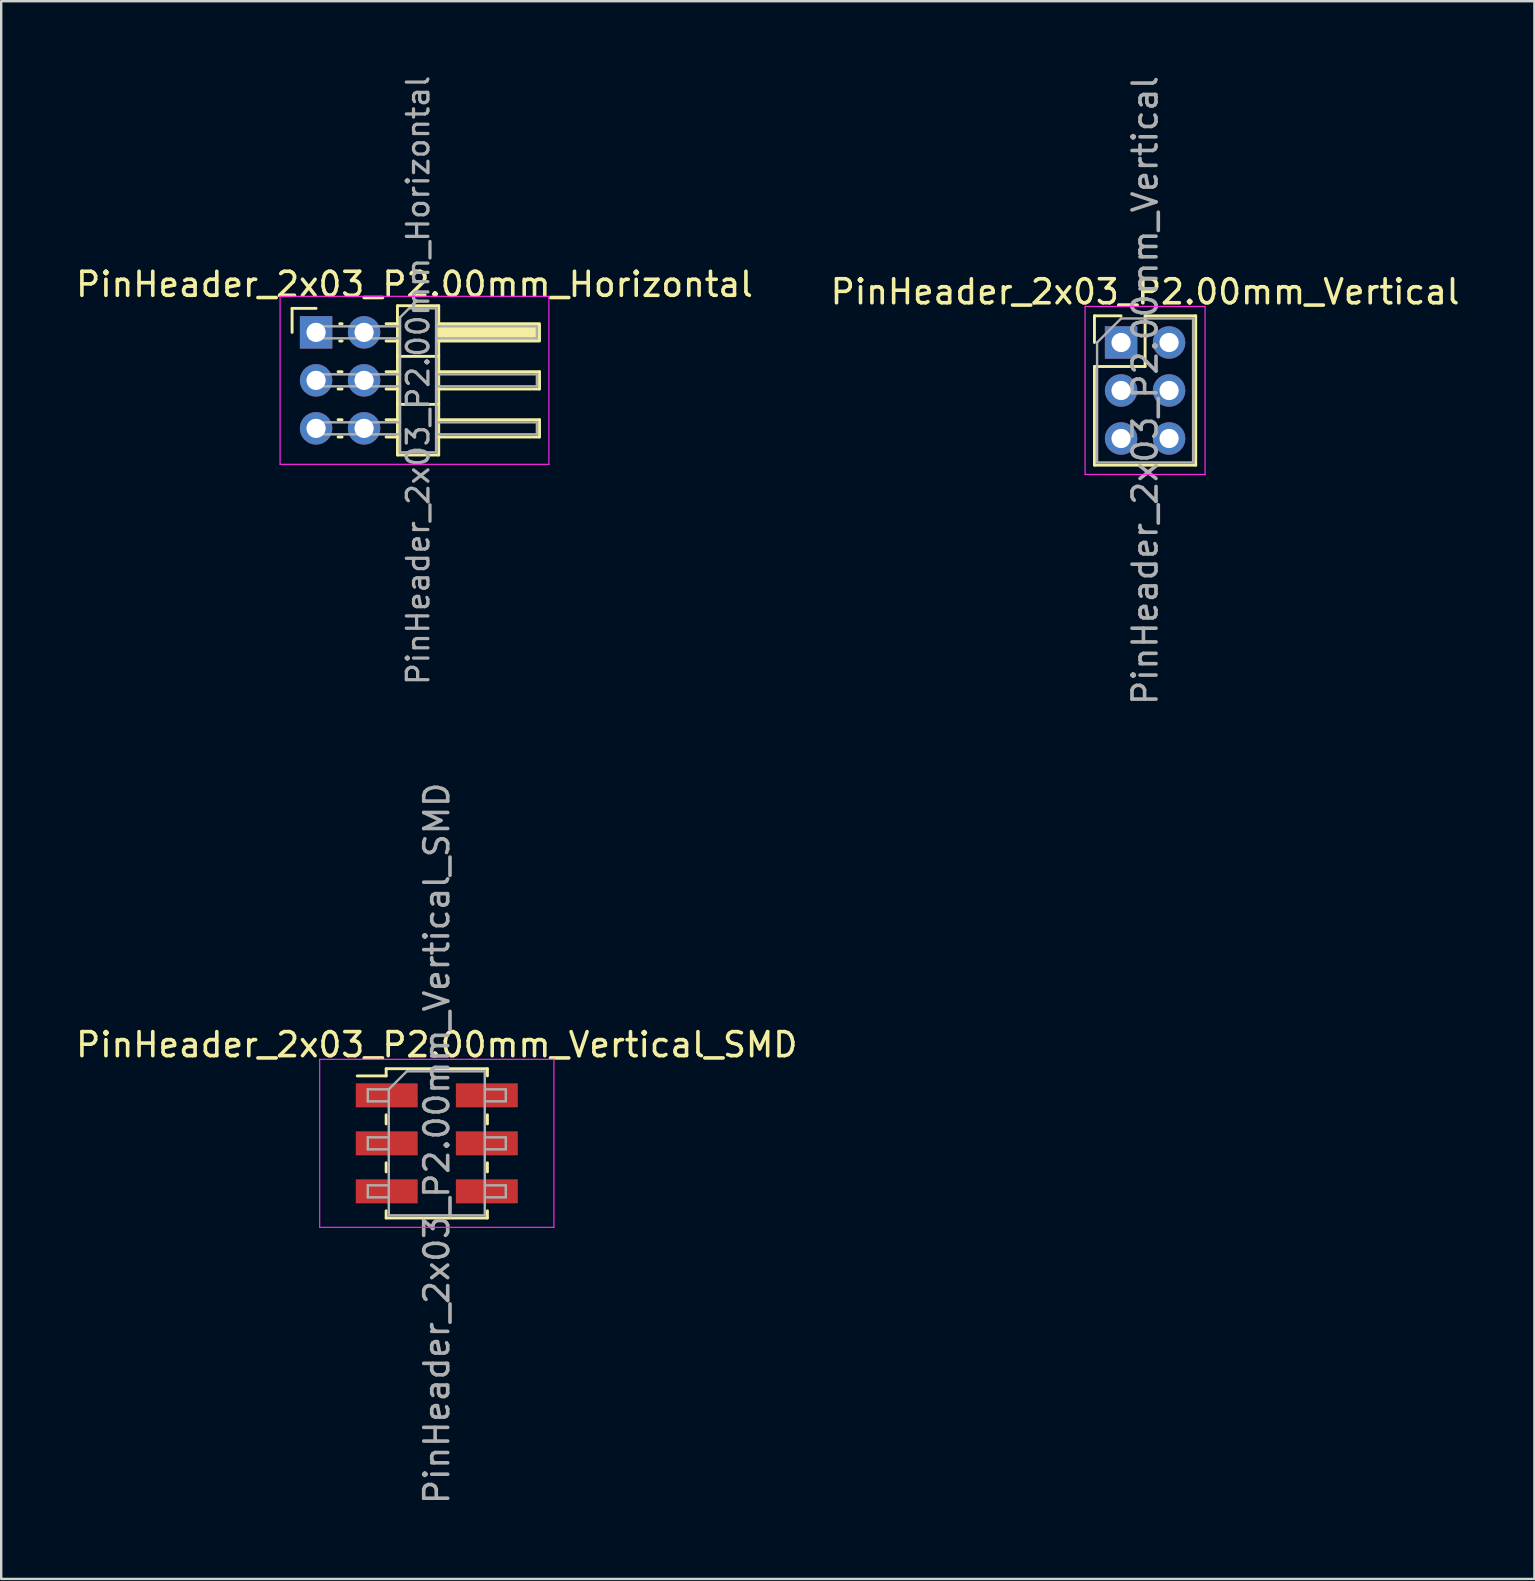
<source format=kicad_pcb>
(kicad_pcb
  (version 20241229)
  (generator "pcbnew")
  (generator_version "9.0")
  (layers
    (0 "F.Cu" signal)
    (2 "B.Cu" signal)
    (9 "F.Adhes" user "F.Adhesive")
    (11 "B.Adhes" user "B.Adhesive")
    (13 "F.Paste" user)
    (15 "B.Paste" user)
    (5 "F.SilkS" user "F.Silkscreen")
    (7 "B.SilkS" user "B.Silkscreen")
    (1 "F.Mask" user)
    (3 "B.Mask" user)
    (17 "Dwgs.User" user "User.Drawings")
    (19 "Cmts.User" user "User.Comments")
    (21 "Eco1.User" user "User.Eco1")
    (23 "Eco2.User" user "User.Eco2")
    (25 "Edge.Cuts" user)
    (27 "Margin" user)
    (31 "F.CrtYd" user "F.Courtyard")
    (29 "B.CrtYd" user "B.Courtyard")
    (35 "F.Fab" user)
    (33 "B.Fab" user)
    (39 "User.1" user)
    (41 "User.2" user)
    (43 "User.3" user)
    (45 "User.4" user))
  (footprint "PinHeader_2x03_P2.00mm_Vertical"
    (layer "F.Cu")
    (at 43.661 11.22)
    (property "Reference" "PinHeader_2x03_P2.00mm_Vertical" (at 1 -2.11 0) (layer "F.SilkS") (effects (font (size 1 1) (thickness 0.15))))
    (attr through_hole)
    (fp_line (start -1.11 -1.11) (end 0 -1.11) (stroke (width 0.12) (type solid)) (layer "F.SilkS"))
    (fp_line (start -1.11 0) (end -1.11 -1.11) (stroke (width 0.12) (type solid)) (layer "F.SilkS"))
    (fp_line (start -1.11 1) (end -1.11 5.11) (stroke (width 0.12) (type solid)) (layer "F.SilkS"))
    (fp_line (start -1.11 1) (end 1 1) (stroke (width 0.12) (type solid)) (layer "F.SilkS"))
    (fp_line (start -1.11 5.11) (end 3.11 5.11) (stroke (width 0.12) (type solid)) (layer "F.SilkS"))
    (fp_line (start 1 -1.11) (end 3.11 -1.11) (stroke (width 0.12) (type solid)) (layer "F.SilkS"))
    (fp_line (start 1 1) (end 1 -1.11) (stroke (width 0.12) (type solid)) (layer "F.SilkS"))
    (fp_line (start 3.11 -1.11) (end 3.11 5.11) (stroke (width 0.12) (type solid)) (layer "F.SilkS"))
    (fp_line (start -1.5 -1.5) (end -1.5 5.5) (stroke (width 0.05) (type solid)) (layer "F.CrtYd"))
    (fp_line (start -1.5 5.5) (end 3.5 5.5) (stroke (width 0.05) (type solid)) (layer "F.CrtYd"))
    (fp_line (start 3.5 -1.5) (end -1.5 -1.5) (stroke (width 0.05) (type solid)) (layer "F.CrtYd"))
    (fp_line (start 3.5 5.5) (end 3.5 -1.5) (stroke (width 0.05) (type solid)) (layer "F.CrtYd"))
    (fp_line (start -1 0) (end 0 -1) (stroke (width 0.1) (type solid)) (layer "F.Fab"))
    (fp_line (start -1 5) (end -1 0) (stroke (width 0.1) (type solid)) (layer "F.Fab"))
    (fp_line (start 0 -1) (end 3 -1) (stroke (width 0.1) (type solid)) (layer "F.Fab"))
    (fp_line (start 3 -1) (end 3 5) (stroke (width 0.1) (type solid)) (layer "F.Fab"))
    (fp_line (start 3 5) (end -1 5) (stroke (width 0.1) (type solid)) (layer "F.Fab"))
    (fp_text user "${REFERENCE}" (at 1 2 90) (layer "F.Fab") (effects (font (size 1 1) (thickness 0.15))))
    (pad "1" thru_hole rect (at 0 0) (size 1.35 1.35) (drill 0.8) (layers "*.Cu" "*.Mask"))
    (pad "2" thru_hole circle (at 2 0) (size 1.35 1.35) (drill 0.8) (layers "*.Cu" "*.Mask"))
    (pad "3" thru_hole circle (at 0 2) (size 1.35 1.35) (drill 0.8) (layers "*.Cu" "*.Mask"))
    (pad "4" thru_hole circle (at 2 2) (size 1.35 1.35) (drill 0.8) (layers "*.Cu" "*.Mask"))
    (pad "5" thru_hole circle (at 0 4) (size 1.35 1.35) (drill 0.8) (layers "*.Cu" "*.Mask"))
    (pad "6" thru_hole circle (at 2 4) (size 1.35 1.35) (drill 0.8) (layers "*.Cu" "*.Mask")))
  (footprint "PinHeader_2x03_P2.00mm_Horizontal"
    (layer "F.Cu")
    (at 10.12 10.798)
    (property "Reference" "PinHeader_2x03_P2.00mm_Horizontal" (at 4.1 -2 0) (layer "F.SilkS") (effects (font (size 1 1) (thickness 0.15))))
    (attr through_hole)
    (fp_line (start -1 -1) (end 0 -1) (stroke (width 0.12) (type solid)) (layer "F.SilkS"))
    (fp_line (start -1 0) (end -1 -1) (stroke (width 0.12) (type solid)) (layer "F.SilkS"))
    (fp_line (start 0.917 1.64) (end 1.083 1.64) (stroke (width 0.12) (type solid)) (layer "F.SilkS"))
    (fp_line (start 0.917 2.36) (end 1.083 2.36) (stroke (width 0.12) (type solid)) (layer "F.SilkS"))
    (fp_line (start 0.917 3.64) (end 1.083 3.64) (stroke (width 0.12) (type solid)) (layer "F.SilkS"))
    (fp_line (start 0.917 4.36) (end 1.083 4.36) (stroke (width 0.12) (type solid)) (layer "F.SilkS"))
    (fp_line (start 0.985 -0.36) (end 1.083 -0.36) (stroke (width 0.12) (type solid)) (layer "F.SilkS"))
    (fp_line (start 0.985 0.36) (end 1.083 0.36) (stroke (width 0.12) (type solid)) (layer "F.SilkS"))
    (fp_line (start 2.917 -0.36) (end 3.39 -0.36) (stroke (width 0.12) (type solid)) (layer "F.SilkS"))
    (fp_line (start 2.917 0.36) (end 3.39 0.36) (stroke (width 0.12) (type solid)) (layer "F.SilkS"))
    (fp_line (start 2.917 1.64) (end 3.39 1.64) (stroke (width 0.12) (type solid)) (layer "F.SilkS"))
    (fp_line (start 2.917 2.36) (end 3.39 2.36) (stroke (width 0.12) (type solid)) (layer "F.SilkS"))
    (fp_line (start 2.917 3.64) (end 3.39 3.64) (stroke (width 0.12) (type solid)) (layer "F.SilkS"))
    (fp_line (start 2.917 4.36) (end 3.39 4.36) (stroke (width 0.12) (type solid)) (layer "F.SilkS"))
    (fp_line (start 3.39 -1.11) (end 3.39 5.11) (stroke (width 0.12) (type solid)) (layer "F.SilkS"))
    (fp_line (start 3.39 1) (end 5.11 1) (stroke (width 0.12) (type solid)) (layer "F.SilkS"))
    (fp_line (start 3.39 3) (end 5.11 3) (stroke (width 0.12) (type solid)) (layer "F.SilkS"))
    (fp_line (start 3.39 5.11) (end 5.11 5.11) (stroke (width 0.12) (type solid)) (layer "F.SilkS"))
    (fp_line (start 5.11 -1.11) (end 3.39 -1.11) (stroke (width 0.12) (type solid)) (layer "F.SilkS"))
    (fp_line (start 5.11 1.64) (end 9.31 1.64) (stroke (width 0.12) (type solid)) (layer "F.SilkS"))
    (fp_line (start 5.11 3.64) (end 9.31 3.64) (stroke (width 0.12) (type solid)) (layer "F.SilkS"))
    (fp_line (start 5.11 5.11) (end 5.11 -1.11) (stroke (width 0.12) (type solid)) (layer "F.SilkS"))
    (fp_line (start 9.31 1.64) (end 9.31 2.36) (stroke (width 0.12) (type solid)) (layer "F.SilkS"))
    (fp_line (start 9.31 2.36) (end 5.11 2.36) (stroke (width 0.12) (type solid)) (layer "F.SilkS"))
    (fp_line (start 9.31 3.64) (end 9.31 4.36) (stroke (width 0.12) (type solid)) (layer "F.SilkS"))
    (fp_line (start 9.31 4.36) (end 5.11 4.36) (stroke (width 0.12) (type solid)) (layer "F.SilkS"))
    (fp_rect (start 5.11 -0.36) (end 9.31 0.36) (stroke (width 0.12) (type solid)) (fill yes) (layer "F.SilkS"))
    (fp_line (start -1.5 -1.5) (end -1.5 5.5) (stroke (width 0.05) (type solid)) (layer "F.CrtYd"))
    (fp_line (start -1.5 5.5) (end 9.7 5.5) (stroke (width 0.05) (type solid)) (layer "F.CrtYd"))
    (fp_line (start 9.7 -1.5) (end -1.5 -1.5) (stroke (width 0.05) (type solid)) (layer "F.CrtYd"))
    (fp_line (start 9.7 5.5) (end 9.7 -1.5) (stroke (width 0.05) (type solid)) (layer "F.CrtYd"))
    (fp_line (start -0.25 -0.25) (end -0.25 0.25) (stroke (width 0.1) (type solid)) (layer "F.Fab"))
    (fp_line (start -0.25 -0.25) (end 3.5 -0.25) (stroke (width 0.1) (type solid)) (layer "F.Fab"))
    (fp_line (start -0.25 0.25) (end 3.5 0.25) (stroke (width 0.1) (type solid)) (layer "F.Fab"))
    (fp_line (start -0.25 1.75) (end -0.25 2.25) (stroke (width 0.1) (type solid)) (layer "F.Fab"))
    (fp_line (start -0.25 1.75) (end 3.5 1.75) (stroke (width 0.1) (type solid)) (layer "F.Fab"))
    (fp_line (start -0.25 2.25) (end 3.5 2.25) (stroke (width 0.1) (type solid)) (layer "F.Fab"))
    (fp_line (start -0.25 3.75) (end -0.25 4.25) (stroke (width 0.1) (type solid)) (layer "F.Fab"))
    (fp_line (start -0.25 3.75) (end 3.5 3.75) (stroke (width 0.1) (type solid)) (layer "F.Fab"))
    (fp_line (start -0.25 4.25) (end 3.5 4.25) (stroke (width 0.1) (type solid)) (layer "F.Fab"))
    (fp_line (start 3.5 -0.625) (end 3.875 -1) (stroke (width 0.1) (type solid)) (layer "F.Fab"))
    (fp_line (start 3.5 5) (end 3.5 -0.625) (stroke (width 0.1) (type solid)) (layer "F.Fab"))
    (fp_line (start 3.875 -1) (end 5 -1) (stroke (width 0.1) (type solid)) (layer "F.Fab"))
    (fp_line (start 5 -1) (end 5 5) (stroke (width 0.1) (type solid)) (layer "F.Fab"))
    (fp_line (start 5 -0.25) (end 9.2 -0.25) (stroke (width 0.1) (type solid)) (layer "F.Fab"))
    (fp_line (start 5 0.25) (end 9.2 0.25) (stroke (width 0.1) (type solid)) (layer "F.Fab"))
    (fp_line (start 5 1.75) (end 9.2 1.75) (stroke (width 0.1) (type solid)) (layer "F.Fab"))
    (fp_line (start 5 2.25) (end 9.2 2.25) (stroke (width 0.1) (type solid)) (layer "F.Fab"))
    (fp_line (start 5 3.75) (end 9.2 3.75) (stroke (width 0.1) (type solid)) (layer "F.Fab"))
    (fp_line (start 5 4.25) (end 9.2 4.25) (stroke (width 0.1) (type solid)) (layer "F.Fab"))
    (fp_line (start 5 5) (end 3.5 5) (stroke (width 0.1) (type solid)) (layer "F.Fab"))
    (fp_line (start 9.2 -0.25) (end 9.2 0.25) (stroke (width 0.1) (type solid)) (layer "F.Fab"))
    (fp_line (start 9.2 1.75) (end 9.2 2.25) (stroke (width 0.1) (type solid)) (layer "F.Fab"))
    (fp_line (start 9.2 3.75) (end 9.2 4.25) (stroke (width 0.1) (type solid)) (layer "F.Fab"))
    (fp_text user "${REFERENCE}" (at 4.25 2 90) (layer "F.Fab") (effects (font (size 0.9 0.9) (thickness 0.135))))
    (pad "1" thru_hole rect (at 0 0) (size 1.35 1.35) (drill 0.8) (layers "*.Cu" "*.Mask"))
    (pad "2" thru_hole circle (at 2 0) (size 1.35 1.35) (drill 0.8) (layers "*.Cu" "*.Mask"))
    (pad "3" thru_hole circle (at 0 2) (size 1.35 1.35) (drill 0.8) (layers "*.Cu" "*.Mask"))
    (pad "4" thru_hole circle (at 2 2) (size 1.35 1.35) (drill 0.8) (layers "*.Cu" "*.Mask"))
    (pad "5" thru_hole circle (at 0 4) (size 1.35 1.35) (drill 0.8) (layers "*.Cu" "*.Mask"))
    (pad "6" thru_hole circle (at 2 4) (size 1.35 1.35) (drill 0.8) (layers "*.Cu" "*.Mask")))
  (footprint "PinHeader_2x03_P2.00mm_Vertical_SMD"
    (layer "F.Cu")
    (at 15.149 44.589)
    (property "Reference" "PinHeader_2x03_P2.00mm_Vertical_SMD" (at 0 -4.11 0) (layer "F.SilkS") (effects (font (size 1 1) (thickness 0.15))))
    (attr smd)
    (fp_line (start -3.315 -2.81) (end -2.11 -2.81) (stroke (width 0.12) (type solid)) (layer "F.SilkS"))
    (fp_line (start -2.11 -3.11) (end -2.11 -2.81) (stroke (width 0.12) (type solid)) (layer "F.SilkS"))
    (fp_line (start -2.11 -3.11) (end 2.11 -3.11) (stroke (width 0.12) (type solid)) (layer "F.SilkS"))
    (fp_line (start -2.11 -1.19) (end -2.11 -0.81) (stroke (width 0.12) (type solid)) (layer "F.SilkS"))
    (fp_line (start -2.11 0.81) (end -2.11 1.19) (stroke (width 0.12) (type solid)) (layer "F.SilkS"))
    (fp_line (start -2.11 2.81) (end -2.11 3.11) (stroke (width 0.12) (type solid)) (layer "F.SilkS"))
    (fp_line (start -2.11 3.11) (end 2.11 3.11) (stroke (width 0.12) (type solid)) (layer "F.SilkS"))
    (fp_line (start 2.11 -3.11) (end 2.11 -2.81) (stroke (width 0.12) (type solid)) (layer "F.SilkS"))
    (fp_line (start 2.11 -1.19) (end 2.11 -0.81) (stroke (width 0.12) (type solid)) (layer "F.SilkS"))
    (fp_line (start 2.11 0.81) (end 2.11 1.19) (stroke (width 0.12) (type solid)) (layer "F.SilkS"))
    (fp_line (start 2.11 2.81) (end 2.11 3.11) (stroke (width 0.12) (type solid)) (layer "F.SilkS"))
    (fp_line (start -4.88 -3.5) (end -4.88 3.5) (stroke (width 0.05) (type solid)) (layer "F.CrtYd"))
    (fp_line (start -4.88 3.5) (end 4.88 3.5) (stroke (width 0.05) (type solid)) (layer "F.CrtYd"))
    (fp_line (start 4.88 -3.5) (end -4.88 -3.5) (stroke (width 0.05) (type solid)) (layer "F.CrtYd"))
    (fp_line (start 4.88 3.5) (end 4.88 -3.5) (stroke (width 0.05) (type solid)) (layer "F.CrtYd"))
    (fp_line (start -2.875 -2.25) (end -2.875 -1.75) (stroke (width 0.1) (type solid)) (layer "F.Fab"))
    (fp_line (start -2.875 -1.75) (end -2 -1.75) (stroke (width 0.1) (type solid)) (layer "F.Fab"))
    (fp_line (start -2.875 -0.25) (end -2.875 0.25) (stroke (width 0.1) (type solid)) (layer "F.Fab"))
    (fp_line (start -2.875 0.25) (end -2 0.25) (stroke (width 0.1) (type solid)) (layer "F.Fab"))
    (fp_line (start -2.875 1.75) (end -2.875 2.25) (stroke (width 0.1) (type solid)) (layer "F.Fab"))
    (fp_line (start -2.875 2.25) (end -2 2.25) (stroke (width 0.1) (type solid)) (layer "F.Fab"))
    (fp_line (start -2 -2.25) (end -2.875 -2.25) (stroke (width 0.1) (type solid)) (layer "F.Fab"))
    (fp_line (start -2 -2.25) (end -1.25 -3) (stroke (width 0.1) (type solid)) (layer "F.Fab"))
    (fp_line (start -2 -0.25) (end -2.875 -0.25) (stroke (width 0.1) (type solid)) (layer "F.Fab"))
    (fp_line (start -2 1.75) (end -2.875 1.75) (stroke (width 0.1) (type solid)) (layer "F.Fab"))
    (fp_line (start -2 3) (end -2 -2.25) (stroke (width 0.1) (type solid)) (layer "F.Fab"))
    (fp_line (start -1.25 -3) (end 2 -3) (stroke (width 0.1) (type solid)) (layer "F.Fab"))
    (fp_line (start 2 -3) (end 2 3) (stroke (width 0.1) (type solid)) (layer "F.Fab"))
    (fp_line (start 2 -2.25) (end 2.875 -2.25) (stroke (width 0.1) (type solid)) (layer "F.Fab"))
    (fp_line (start 2 -0.25) (end 2.875 -0.25) (stroke (width 0.1) (type solid)) (layer "F.Fab"))
    (fp_line (start 2 1.75) (end 2.875 1.75) (stroke (width 0.1) (type solid)) (layer "F.Fab"))
    (fp_line (start 2 3) (end -2 3) (stroke (width 0.1) (type solid)) (layer "F.Fab"))
    (fp_line (start 2.875 -2.25) (end 2.875 -1.75) (stroke (width 0.1) (type solid)) (layer "F.Fab"))
    (fp_line (start 2.875 -1.75) (end 2 -1.75) (stroke (width 0.1) (type solid)) (layer "F.Fab"))
    (fp_line (start 2.875 -0.25) (end 2.875 0.25) (stroke (width 0.1) (type solid)) (layer "F.Fab"))
    (fp_line (start 2.875 0.25) (end 2 0.25) (stroke (width 0.1) (type solid)) (layer "F.Fab"))
    (fp_line (start 2.875 1.75) (end 2.875 2.25) (stroke (width 0.1) (type solid)) (layer "F.Fab"))
    (fp_line (start 2.875 2.25) (end 2 2.25) (stroke (width 0.1) (type solid)) (layer "F.Fab"))
    (fp_text user "${REFERENCE}" (at 0 0 90) (layer "F.Fab") (effects (font (size 1 1) (thickness 0.15))))
    (pad "1" smd rect (at -2.085 -2) (size 2.58 1) (layers "F.Cu" "F.Mask" "F.Paste"))
    (pad "2" smd rect (at 2.085 -2) (size 2.58 1) (layers "F.Cu" "F.Mask" "F.Paste"))
    (pad "3" smd rect (at -2.085 0) (size 2.58 1) (layers "F.Cu" "F.Mask" "F.Paste"))
    (pad "4" smd rect (at 2.085 0) (size 2.58 1) (layers "F.Cu" "F.Mask" "F.Paste"))
    (pad "5" smd rect (at -2.085 2) (size 2.58 1) (layers "F.Cu" "F.Mask" "F.Paste"))
    (pad "6" smd rect (at 2.085 2) (size 2.58 1) (layers "F.Cu" "F.Mask" "F.Paste")))
  (gr_rect
    (start -3 -3)
    (end 60.881 62.738)
    (stroke (width 0.1) (type default))
    (fill no)
    (layer "Edge.Cuts")))
</source>
